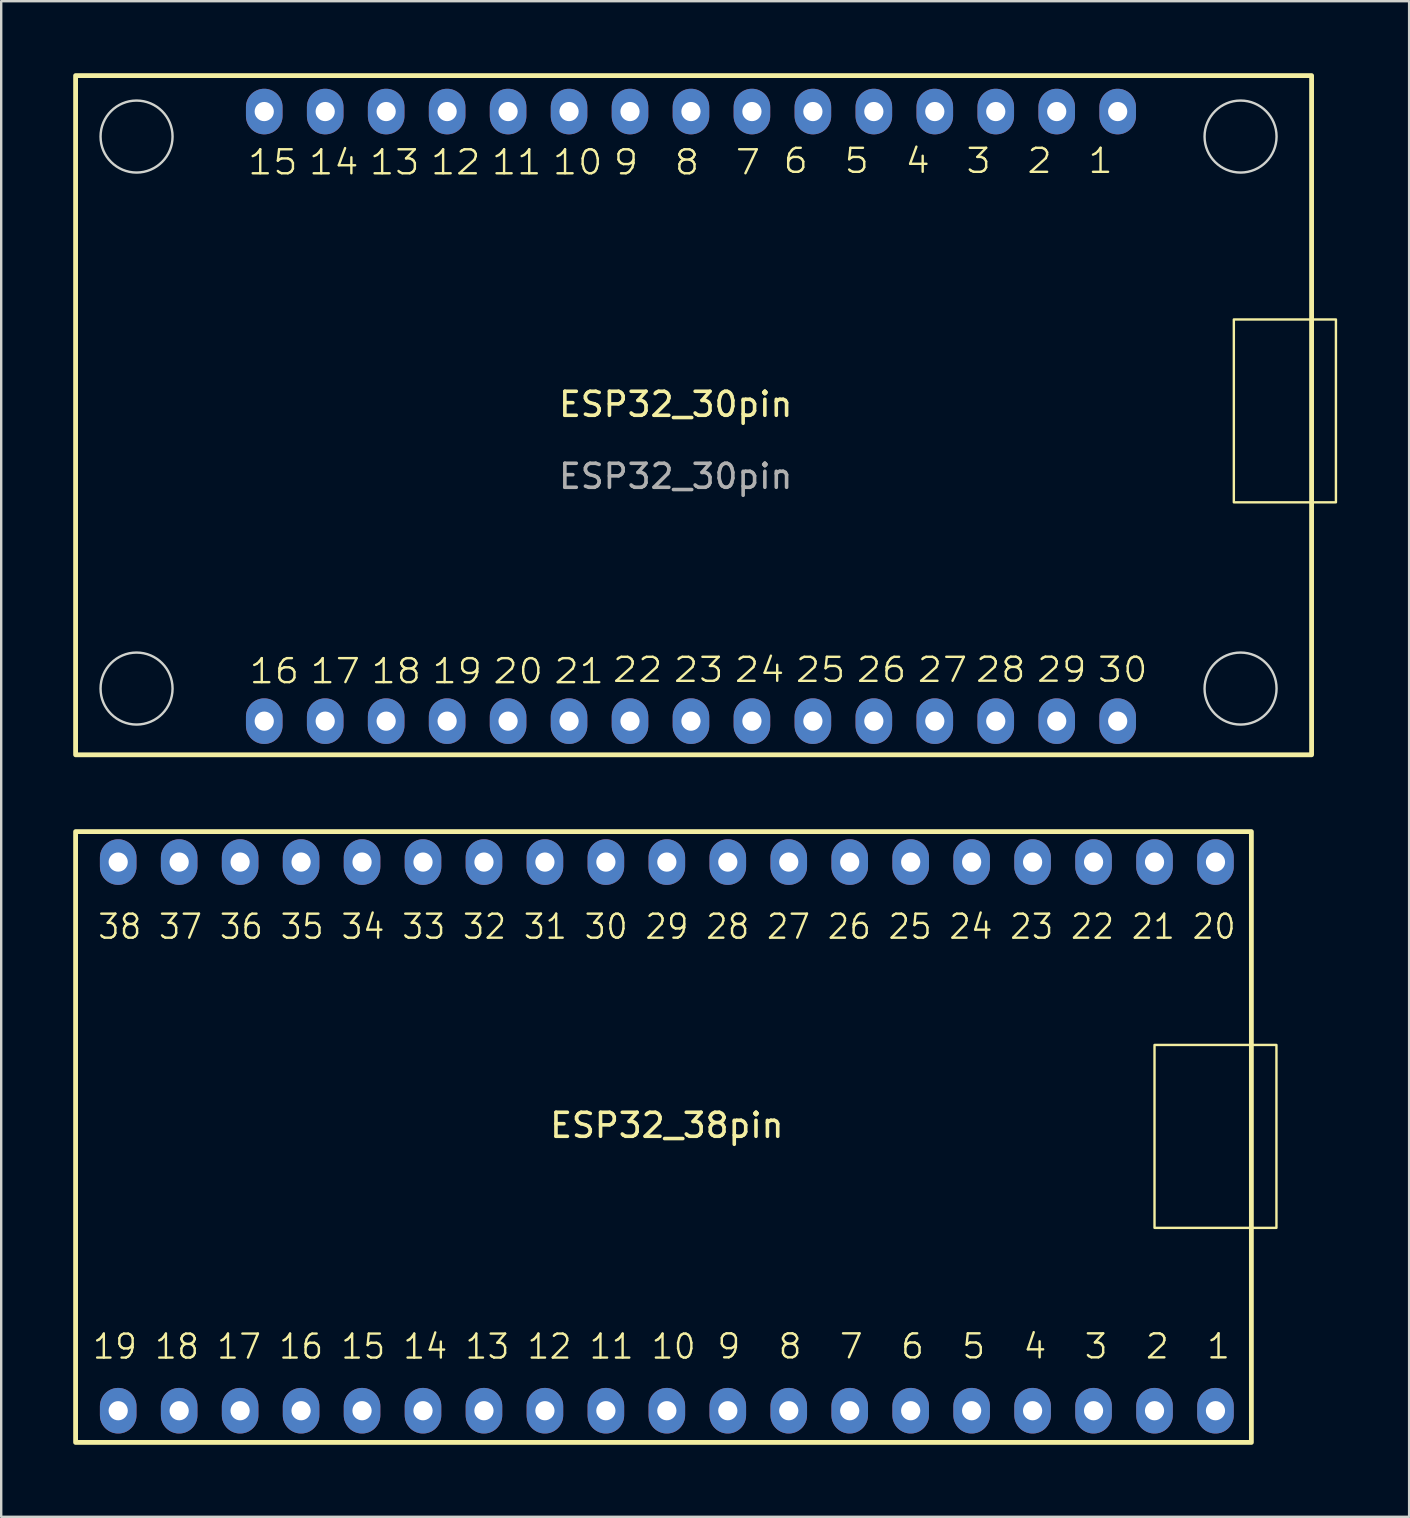
<source format=kicad_pcb>
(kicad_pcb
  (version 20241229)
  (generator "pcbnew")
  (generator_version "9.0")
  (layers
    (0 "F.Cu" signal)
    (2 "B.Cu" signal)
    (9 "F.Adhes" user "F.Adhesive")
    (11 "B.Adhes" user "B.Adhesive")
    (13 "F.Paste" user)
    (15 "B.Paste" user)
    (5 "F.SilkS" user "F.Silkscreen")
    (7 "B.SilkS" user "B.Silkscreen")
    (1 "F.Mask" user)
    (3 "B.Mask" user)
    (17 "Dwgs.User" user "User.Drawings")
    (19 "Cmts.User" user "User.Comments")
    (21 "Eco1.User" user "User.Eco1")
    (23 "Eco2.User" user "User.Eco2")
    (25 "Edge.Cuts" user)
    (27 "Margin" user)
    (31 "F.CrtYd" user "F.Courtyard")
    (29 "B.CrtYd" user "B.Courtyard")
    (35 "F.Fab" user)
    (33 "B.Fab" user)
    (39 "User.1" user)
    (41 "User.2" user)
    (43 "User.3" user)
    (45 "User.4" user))
  (footprint "ESP32_30pin"
    (layer "F.Cu")
    (at 25.5 14.07)
    (property "Reference" "ESP32_30pin" (at -0.395 -0.272 0) (unlocked yes) (layer "F.SilkS") (effects (font (size 1 1) (thickness 0.15))))
    (fp_rect (start -25.4 -13.97) (end 26.1 14.33) (stroke (width 0.2) (type default)) (fill no) (layer "F.SilkS"))
    (fp_rect (start 22.86 -3.81) (end 27.114 3.81) (stroke (width 0.1) (type default)) (fill no) (layer "F.SilkS"))
    (fp_circle (center -22.86 -11.43) (end -21.36 -11.43) (stroke (width 0.1) (type default)) (fill no) (layer "Edge.Cuts"))
    (fp_circle (center -22.86 11.57) (end -21.36 11.57) (stroke (width 0.1) (type default)) (fill no) (layer "Edge.Cuts"))
    (fp_circle (center 23.14 -11.43) (end 24.64 -11.43) (stroke (width 0.1) (type default)) (fill no) (layer "Edge.Cuts"))
    (fp_circle (center 23.14 11.57) (end 24.64 11.57) (stroke (width 0.1) (type default)) (fill no) (layer "Edge.Cuts"))
    (fp_text user "17" (at -15.693 11.429 0) (unlocked yes) (layer "F.SilkS") (effects (font (size 1 1.1) (thickness 0.1)) (justify left bottom)))
    (fp_text user "30" (at 17.115 11.368 0) (unlocked yes) (layer "F.SilkS") (effects (font (size 1 1.1) (thickness 0.1)) (justify left bottom)))
    (fp_text user "4" (at 9.096 -9.835 0) (unlocked yes) (layer "F.SilkS") (effects (font (size 1 1.1) (thickness 0.1)) (justify left bottom)))
    (fp_text user "6" (at 4.016 -9.835 0) (unlocked yes) (layer "F.SilkS") (effects (font (size 1 1.1) (thickness 0.1)) (justify left bottom)))
    (fp_text user "29" (at 14.575 11.368 0) (unlocked yes) (layer "F.SilkS") (effects (font (size 1 1.1) (thickness 0.1)) (justify left bottom)))
    (fp_text user "3" (at 11.636 -9.835 0) (unlocked yes) (layer "F.SilkS") (effects (font (size 1 1.1) (thickness 0.1)) (justify left bottom)))
    (fp_text user "13" (at -13.216 -9.774 0) (unlocked yes) (layer "F.SilkS") (effects (font (size 1 1.1) (thickness 0.1)) (justify left bottom)))
    (fp_text user "23" (at -0.553 11.374 0) (unlocked yes) (layer "F.SilkS") (effects (font (size 1 1.1) (thickness 0.1)) (justify left bottom)))
    (fp_text user "8" (at -0.516 -9.774 0) (unlocked yes) (layer "F.SilkS") (effects (font (size 1 1.1) (thickness 0.1)) (justify left bottom)))
    (fp_text user "22" (at -3.093 11.374 0) (unlocked yes) (layer "F.SilkS") (effects (font (size 1 1.1) (thickness 0.1)) (justify left bottom)))
    (fp_text user "21" (at -5.533 11.429 0) (unlocked yes) (layer "F.SilkS") (effects (font (size 1 1.1) (thickness 0.1)) (justify left bottom)))
    (fp_text user "19" (at -10.613 11.429 0) (unlocked yes) (layer "F.SilkS") (effects (font (size 1 1.1) (thickness 0.1)) (justify left bottom)))
    (fp_text user "15" (at -18.296 -9.774 0) (unlocked yes) (layer "F.SilkS") (effects (font (size 1 1.1) (thickness 0.1)) (justify left bottom)))
    (fp_text user "7" (at 2.024 -9.774 0) (unlocked yes) (layer "F.SilkS") (effects (font (size 1 1.1) (thickness 0.1)) (justify left bottom)))
    (fp_text user "16" (at -18.233 11.429 0) (unlocked yes) (layer "F.SilkS") (effects (font (size 1 1.1) (thickness 0.1)) (justify left bottom)))
    (fp_text user "18" (at -13.153 11.429 0) (unlocked yes) (layer "F.SilkS") (effects (font (size 1 1.1) (thickness 0.1)) (justify left bottom)))
    (fp_text user "11" (at -8.136 -9.774 0) (unlocked yes) (layer "F.SilkS") (effects (font (size 1 1.1) (thickness 0.1)) (justify left bottom)))
    (fp_text user "2" (at 14.176 -9.835 0) (unlocked yes) (layer "F.SilkS") (effects (font (size 1 1.1) (thickness 0.1)) (justify left bottom)))
    (fp_text user "14" (at -15.756 -9.774 0) (unlocked yes) (layer "F.SilkS") (effects (font (size 1 1.1) (thickness 0.1)) (justify left bottom)))
    (fp_text user "12" (at -10.676 -9.774 0) (unlocked yes) (layer "F.SilkS") (effects (font (size 1 1.1) (thickness 0.1)) (justify left bottom)))
    (fp_text user "1" (at 16.716 -9.835 0) (unlocked yes) (layer "F.SilkS") (effects (font (size 1 1.1) (thickness 0.1)) (justify left bottom)))
    (fp_text user "9" (at -3.056 -9.774 0) (unlocked yes) (layer "F.SilkS") (effects (font (size 1 1.1) (thickness 0.1)) (justify left bottom)))
    (fp_text user "24" (at 1.987 11.374 0) (unlocked yes) (layer "F.SilkS") (effects (font (size 1 1.1) (thickness 0.1)) (justify left bottom)))
    (fp_text user "20" (at -8.073 11.429 0) (unlocked yes) (layer "F.SilkS") (effects (font (size 1 1.1) (thickness 0.1)) (justify left bottom)))
    (fp_text user "10" (at -5.596 -9.774 0) (unlocked yes) (layer "F.SilkS") (effects (font (size 1 1.1) (thickness 0.1)) (justify left bottom)))
    (fp_text user "27" (at 9.607 11.374 0) (unlocked yes) (layer "F.SilkS") (effects (font (size 1 1.1) (thickness 0.1)) (justify left bottom)))
    (fp_text user "25" (at 4.527 11.374 0) (unlocked yes) (layer "F.SilkS") (effects (font (size 1 1.1) (thickness 0.1)) (justify left bottom)))
    (fp_text user "28" (at 12.035 11.368 0) (unlocked yes) (layer "F.SilkS") (effects (font (size 1 1.1) (thickness 0.1)) (justify left bottom)))
    (fp_text user "5" (at 6.556 -9.835 0) (unlocked yes) (layer "F.SilkS") (effects (font (size 1 1.1) (thickness 0.1)) (justify left bottom)))
    (fp_text user "26" (at 7.067 11.374 0) (unlocked yes) (layer "F.SilkS") (effects (font (size 1 1.1) (thickness 0.1)) (justify left bottom)))
    (fp_text user "${REFERENCE}" (at -0.395 2.728 0) (unlocked yes) (layer "F.Fab") (effects (font (size 1 1) (thickness 0.15))))
    (pad "1" thru_hole oval (at 18.02 -12.472) (size 1.524 1.9) (drill 0.8) (layers "*.Cu" "*.Mask"))
    (pad "2" thru_hole oval (at 15.48 -12.472) (size 1.524 1.9) (drill 0.8) (layers "*.Cu" "*.Mask"))
    (pad "3" thru_hole oval (at 12.94 -12.472) (size 1.524 1.9) (drill 0.8) (layers "*.Cu" "*.Mask"))
    (pad "4" thru_hole oval (at 10.4 -12.472) (size 1.524 1.9) (drill 0.8) (layers "*.Cu" "*.Mask"))
    (pad "5" thru_hole oval (at 7.86 -12.472) (size 1.524 1.9) (drill 0.8) (layers "*.Cu" "*.Mask"))
    (pad "6" thru_hole oval (at 5.32 -12.472) (size 1.524 1.9) (drill 0.8) (layers "*.Cu" "*.Mask"))
    (pad "7" thru_hole oval (at 2.78 -12.472) (size 1.524 1.9) (drill 0.8) (layers "*.Cu" "*.Mask"))
    (pad "8" thru_hole oval (at 0.24 -12.472) (size 1.524 1.9) (drill 0.8) (layers "*.Cu" "*.Mask"))
    (pad "9" thru_hole oval (at -2.3 -12.472) (size 1.524 1.9) (drill 0.8) (layers "*.Cu" "*.Mask"))
    (pad "10" thru_hole oval (at -4.84 -12.472) (size 1.524 1.9) (drill 0.8) (layers "*.Cu" "*.Mask"))
    (pad "11" thru_hole oval (at -7.38 -12.472) (size 1.524 1.9) (drill 0.8) (layers "*.Cu" "*.Mask"))
    (pad "12" thru_hole oval (at -9.92 -12.472) (size 1.524 1.9) (drill 0.8) (layers "*.Cu" "*.Mask"))
    (pad "13" thru_hole oval (at -12.46 -12.472) (size 1.524 1.9) (drill 0.8) (layers "*.Cu" "*.Mask"))
    (pad "14" thru_hole oval (at -15 -12.472) (size 1.524 1.9) (drill 0.8) (layers "*.Cu" "*.Mask"))
    (pad "15" thru_hole oval (at -17.54 -12.472) (size 1.524 1.9) (drill 0.8) (layers "*.Cu" "*.Mask"))
    (pad "16" thru_hole oval (at -17.54 12.928) (size 1.524 1.9) (drill 0.8) (layers "*.Cu" "*.Mask"))
    (pad "17" thru_hole oval (at -15 12.928) (size 1.524 1.9) (drill 0.8) (layers "*.Cu" "*.Mask"))
    (pad "18" thru_hole oval (at -12.46 12.928) (size 1.524 1.9) (drill 0.8) (layers "*.Cu" "*.Mask"))
    (pad "19" thru_hole oval (at -9.92 12.928) (size 1.524 1.9) (drill 0.8) (layers "*.Cu" "*.Mask"))
    (pad "20" thru_hole oval (at -7.38 12.928) (size 1.524 1.9) (drill 0.8) (layers "*.Cu" "*.Mask"))
    (pad "21" thru_hole oval (at -4.84 12.928) (size 1.524 1.9) (drill 0.8) (layers "*.Cu" "*.Mask"))
    (pad "22" thru_hole oval (at -2.3 12.928) (size 1.524 1.9) (drill 0.8) (layers "*.Cu" "*.Mask"))
    (pad "23" thru_hole oval (at 0.24 12.928) (size 1.524 1.9) (drill 0.8) (layers "*.Cu" "*.Mask"))
    (pad "24" thru_hole oval (at 2.78 12.928) (size 1.524 1.9) (drill 0.8) (layers "*.Cu" "*.Mask"))
    (pad "25" thru_hole oval (at 5.32 12.928) (size 1.524 1.9) (drill 0.8) (layers "*.Cu" "*.Mask"))
    (pad "26" thru_hole oval (at 7.86 12.928) (size 1.524 1.9) (drill 0.8) (layers "*.Cu" "*.Mask"))
    (pad "27" thru_hole oval (at 10.4 12.928) (size 1.524 1.9) (drill 0.8) (layers "*.Cu" "*.Mask"))
    (pad "28" thru_hole oval (at 12.94 12.928) (size 1.524 1.9) (drill 0.8) (layers "*.Cu" "*.Mask"))
    (pad "29" thru_hole oval (at 15.48 12.928) (size 1.524 1.9) (drill 0.8) (layers "*.Cu" "*.Mask"))
    (pad "30" thru_hole oval (at 18.02 12.928) (size 1.524 1.9) (drill 0.8) (layers "*.Cu" "*.Mask")))
  (footprint "ESP32_38pin"
    (layer "F.Cu")
    (at 24.735 44.3)
    (property "Reference" "ESP32_38pin" (at 0 -0.46 0) (unlocked yes) (layer "F.SilkS") (effects (font (size 1 1) (thickness 0.15))))
    (fp_rect (start -24.635 -12.7) (end 24.356 12.751) (stroke (width 0.2) (type default)) (fill no) (layer "F.SilkS"))
    (fp_rect (start 20.32 -3.81) (end 25.4 3.81) (stroke (width 0.1) (type default)) (fill no) (layer "F.SilkS"))
    (fp_text user "19 18 17 16 15 14 13 12 11 10" (at -23.987 9.343 0) (unlocked yes) (layer "F.SilkS") (effects (font (size 1 0.97) (thickness 0.1)) (justify left bottom)))
    (fp_text user "  9  8  7  6  5  4  3  2  1" (at 0.458 9.332 0) (unlocked yes) (layer "F.SilkS") (effects (font (size 1 1.03) (thickness 0.1)) (justify left bottom)))
    (fp_text user "38 37 36 35 34 33 32 31 30 29 28 27 26 25 24 23 22 21 20" (at -23.768 -8.154 0) (unlocked yes) (layer "F.SilkS") (effects (font (size 1 0.95) (thickness 0.1)) (justify left bottom)))
    (pad "1" thru_hole oval (at 22.86 11.43) (size 1.524 1.9) (drill 0.8) (layers "*.Cu" "*.Mask"))
    (pad "2" thru_hole oval (at 20.32 11.43) (size 1.524 1.9) (drill 0.8) (layers "*.Cu" "*.Mask"))
    (pad "3" thru_hole oval (at 17.78 11.43) (size 1.524 1.9) (drill 0.8) (layers "*.Cu" "*.Mask"))
    (pad "4" thru_hole oval (at 15.24 11.43) (size 1.524 1.9) (drill 0.8) (layers "*.Cu" "*.Mask"))
    (pad "5" thru_hole oval (at 12.7 11.43) (size 1.524 1.9) (drill 0.8) (layers "*.Cu" "*.Mask"))
    (pad "6" thru_hole oval (at 10.16 11.43) (size 1.524 1.9) (drill 0.8) (layers "*.Cu" "*.Mask"))
    (pad "7" thru_hole oval (at 7.62 11.43) (size 1.524 1.9) (drill 0.8) (layers "*.Cu" "*.Mask"))
    (pad "8" thru_hole oval (at 5.08 11.43) (size 1.524 1.9) (drill 0.8) (layers "*.Cu" "*.Mask"))
    (pad "9" thru_hole oval (at 2.54 11.43) (size 1.524 1.9) (drill 0.8) (layers "*.Cu" "*.Mask"))
    (pad "10" thru_hole oval (at 0 11.43) (size 1.524 1.9) (drill 0.8) (layers "*.Cu" "*.Mask"))
    (pad "11" thru_hole oval (at -2.54 11.43) (size 1.524 1.9) (drill 0.8) (layers "*.Cu" "*.Mask"))
    (pad "12" thru_hole oval (at -5.08 11.43) (size 1.524 1.9) (drill 0.8) (layers "*.Cu" "*.Mask"))
    (pad "13" thru_hole oval (at -7.62 11.43) (size 1.524 1.9) (drill 0.8) (layers "*.Cu" "*.Mask"))
    (pad "14" thru_hole oval (at -10.16 11.43) (size 1.524 1.9) (drill 0.8) (layers "*.Cu" "*.Mask"))
    (pad "15" thru_hole oval (at -12.7 11.43) (size 1.524 1.9) (drill 0.8) (layers "*.Cu" "*.Mask"))
    (pad "16" thru_hole oval (at -15.24 11.43) (size 1.524 1.9) (drill 0.8) (layers "*.Cu" "*.Mask"))
    (pad "17" thru_hole oval (at -17.78 11.43) (size 1.524 1.9) (drill 0.8) (layers "*.Cu" "*.Mask"))
    (pad "18" thru_hole oval (at -20.32 11.43) (size 1.524 1.9) (drill 0.8) (layers "*.Cu" "*.Mask"))
    (pad "19" thru_hole oval (at -22.86 11.43) (size 1.524 1.9) (drill 0.8) (layers "*.Cu" "*.Mask"))
    (pad "20" thru_hole oval (at 22.86 -11.43) (size 1.524 1.9) (drill 0.8) (layers "*.Cu" "*.Mask"))
    (pad "21" thru_hole oval (at 20.32 -11.43) (size 1.524 1.9) (drill 0.8) (layers "*.Cu" "*.Mask"))
    (pad "22" thru_hole oval (at 17.78 -11.43) (size 1.524 1.9) (drill 0.8) (layers "*.Cu" "*.Mask"))
    (pad "23" thru_hole oval (at 15.24 -11.43) (size 1.524 1.9) (drill 0.8) (layers "*.Cu" "*.Mask"))
    (pad "24" thru_hole oval (at 12.7 -11.43) (size 1.524 1.9) (drill 0.8) (layers "*.Cu" "*.Mask"))
    (pad "25" thru_hole oval (at 10.16 -11.43) (size 1.524 1.9) (drill 0.8) (layers "*.Cu" "*.Mask"))
    (pad "26" thru_hole oval (at 7.62 -11.43) (size 1.524 1.9) (drill 0.8) (layers "*.Cu" "*.Mask"))
    (pad "27" thru_hole oval (at 5.08 -11.43) (size 1.524 1.9) (drill 0.8) (layers "*.Cu" "*.Mask"))
    (pad "28" thru_hole oval (at 2.54 -11.43) (size 1.524 1.9) (drill 0.8) (layers "*.Cu" "*.Mask"))
    (pad "29" thru_hole oval (at 0 -11.43) (size 1.524 1.9) (drill 0.8) (layers "*.Cu" "*.Mask"))
    (pad "30" thru_hole oval (at -2.54 -11.43) (size 1.524 1.9) (drill 0.8) (layers "*.Cu" "*.Mask"))
    (pad "31" thru_hole oval (at -5.08 -11.43) (size 1.524 1.9) (drill 0.8) (layers "*.Cu" "*.Mask"))
    (pad "32" thru_hole oval (at -7.62 -11.43) (size 1.524 1.9) (drill 0.8) (layers "*.Cu" "*.Mask"))
    (pad "33" thru_hole oval (at -10.16 -11.43) (size 1.524 1.9) (drill 0.8) (layers "*.Cu" "*.Mask"))
    (pad "34" thru_hole oval (at -12.7 -11.43) (size 1.524 1.9) (drill 0.8) (layers "*.Cu" "*.Mask"))
    (pad "35" thru_hole oval (at -15.24 -11.43) (size 1.524 1.9) (drill 0.8) (layers "*.Cu" "*.Mask"))
    (pad "36" thru_hole oval (at -17.78 -11.43) (size 1.524 1.9) (drill 0.8) (layers "*.Cu" "*.Mask"))
    (pad "37" thru_hole oval (at -20.32 -11.43) (size 1.524 1.9) (drill 0.8) (layers "*.Cu" "*.Mask"))
    (pad "38" thru_hole oval (at -22.86 -11.43) (size 1.524 1.9) (drill 0.8) (layers "*.Cu" "*.Mask")))
  (gr_rect
    (start -3 -3)
    (end 55.664 60.151)
    (stroke (width 0.1) (type default))
    (fill no)
    (layer "Edge.Cuts")))
</source>
